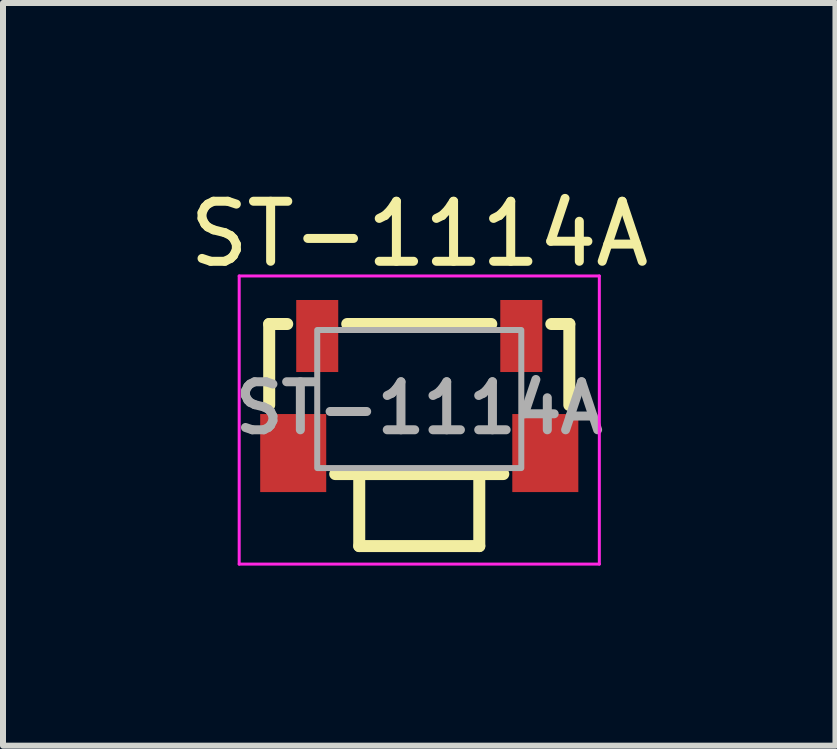
<source format=kicad_pcb>
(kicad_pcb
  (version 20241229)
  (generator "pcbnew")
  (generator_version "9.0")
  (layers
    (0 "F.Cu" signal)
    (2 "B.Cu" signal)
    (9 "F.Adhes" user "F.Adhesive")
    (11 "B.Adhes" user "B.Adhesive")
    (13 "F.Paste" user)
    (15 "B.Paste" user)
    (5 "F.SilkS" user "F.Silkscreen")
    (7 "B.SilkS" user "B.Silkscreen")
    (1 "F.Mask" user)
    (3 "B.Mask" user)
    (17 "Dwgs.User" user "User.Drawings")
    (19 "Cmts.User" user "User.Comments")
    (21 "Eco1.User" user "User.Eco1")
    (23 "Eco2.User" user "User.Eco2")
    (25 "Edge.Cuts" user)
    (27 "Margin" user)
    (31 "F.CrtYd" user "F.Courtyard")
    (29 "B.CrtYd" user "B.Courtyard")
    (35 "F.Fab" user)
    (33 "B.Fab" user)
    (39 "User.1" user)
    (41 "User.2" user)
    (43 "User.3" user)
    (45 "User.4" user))
  (footprint "ST-1114A"
    (layer "F.Cu")
    (at 3.935 3.848)
    (property "Reference" "ST-1114A" (at 0 -3 0) (unlocked yes) (layer "F.SilkS") (effects (font (size 1 1) (thickness 0.15))))
    (attr smd)
    (fp_line (start -2.5 -1.5) (end -2.2 -1.5) (stroke (width 0.2) (type solid)) (layer "F.SilkS"))
    (fp_line (start -2.5 -0.15) (end -2.5 -1.5) (stroke (width 0.2) (type solid)) (layer "F.SilkS"))
    (fp_line (start -1.4 1) (end 1.4 1) (stroke (width 0.2) (type solid)) (layer "F.SilkS"))
    (fp_line (start -1.2 -1.5) (end 1.2 -1.5) (stroke (width 0.2) (type solid)) (layer "F.SilkS"))
    (fp_line (start -1 1) (end -1 2.2) (stroke (width 0.2) (type solid)) (layer "F.SilkS"))
    (fp_line (start -1 2.2) (end 1 2.2) (stroke (width 0.2) (type solid)) (layer "F.SilkS"))
    (fp_line (start 1 2.2) (end 1 1) (stroke (width 0.2) (type solid)) (layer "F.SilkS"))
    (fp_line (start 2.5 -1.5) (end 2.2 -1.5) (stroke (width 0.2) (type solid)) (layer "F.SilkS"))
    (fp_line (start 2.5 -0.15) (end 2.5 -1.5) (stroke (width 0.2) (type solid)) (layer "F.SilkS"))
    (fp_line (start -3 -2.3) (end 3 -2.3) (stroke (width 0.05) (type solid)) (layer "F.CrtYd"))
    (fp_line (start -3 2.5) (end -3 -2.3) (stroke (width 0.05) (type solid)) (layer "F.CrtYd"))
    (fp_line (start 3 -2.3) (end 3 2.5) (stroke (width 0.05) (type solid)) (layer "F.CrtYd"))
    (fp_line (start 3 2.5) (end -3 2.5) (stroke (width 0.05) (type solid)) (layer "F.CrtYd"))
    (fp_rect (start -1.7 -1.4) (end 1.7 0.9) (stroke (width 0.1) (type solid)) (fill no) (layer "F.Fab"))
    (fp_text user "${REFERENCE}" (at 0 -0.1 0) (unlocked yes) (layer "F.Fab") (effects (font (size 0.8 0.8) (thickness 0.15))))
    (pad "" smd circle (at -0.85 0) (size 0.7 0.7) (layers "F.Paste"))
    (pad "" smd circle (at 0.85 0) (size 0.7 0.7) (layers "F.Paste"))
    (pad "1" smd rect (at -1.7 -1.3) (size 0.7 1.2) (layers "F.Cu" "F.Mask" "F.Paste"))
    (pad "2" smd rect (at 1.7 -1.3) (size 0.7 1.2) (layers "F.Cu" "F.Mask" "F.Paste"))
    (pad "3" smd rect (at 2.1 0.65) (size 1.1 1.3) (layers "F.Cu" "F.Mask" "F.Paste"))
    (pad "4" smd rect (at -2.1 0.65) (size 1.1 1.3) (layers "F.Cu" "F.Mask" "F.Paste")))
  (gr_rect
    (start -3 -3)
    (end 10.869 9.373)
    (stroke (width 0.1) (type default))
    (fill no)
    (layer "Edge.Cuts")))
</source>
